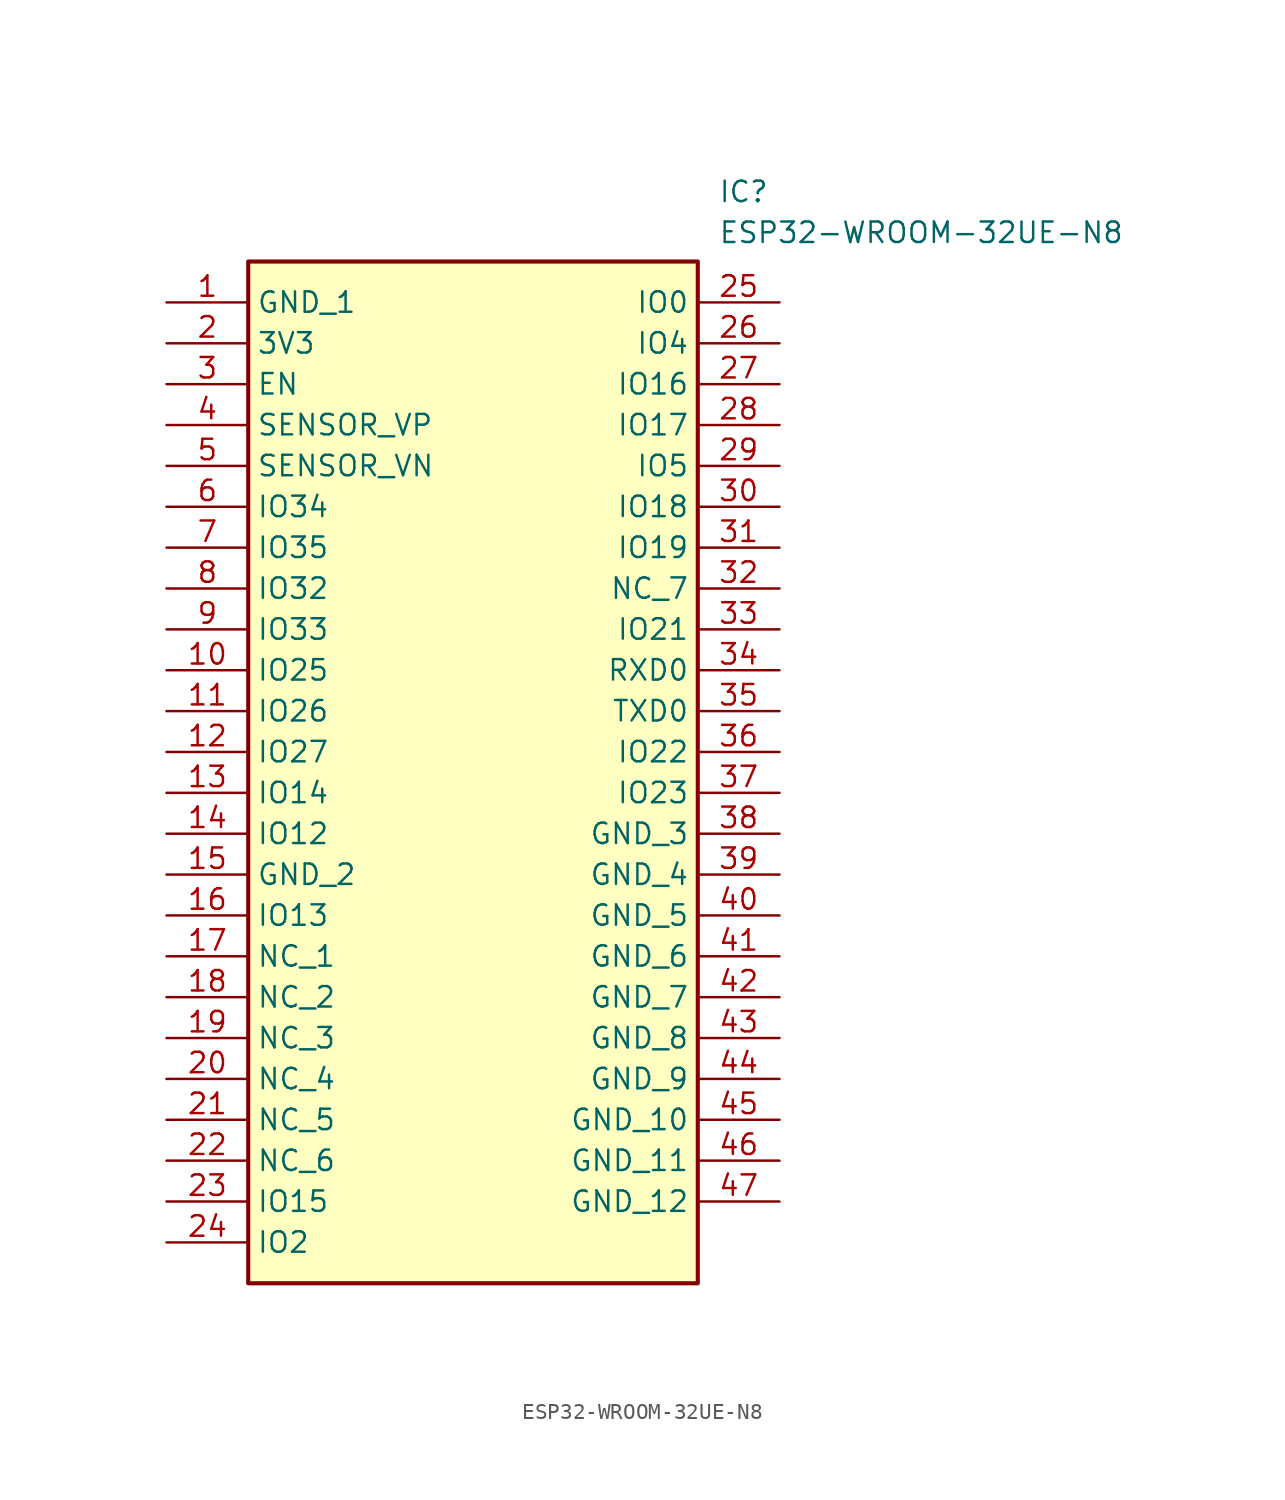
<source format=kicad_sym>
(kicad_symbol_lib
  (version 20211014)
  (generator SamacSys_ECAD_Model)
  (symbol "ESP32-WROOM-32UE-N8"
    (property "Reference" "IC"
      (at 34.29 7.62 0)
      (effects (font (size 1.27 1.27)) (justify left top)))
    (property "Value" "ESP32-WROOM-32UE-N8"
      (at 34.29 5.08 0)
      (effects (font (size 1.27 1.27)) (justify left top)))
    (rectangle
      (start 5.08 2.54)
      (end 33.02 -60.96)
      (stroke (width 0.254) (type default))
      (fill (type background)))
    (pin passive line
      (at 0 0 0)
      (length 5.08)
      (name "GND_1" (effects (font (size 1.27 1.27))))
      (number "1" (effects (font (size 1.27 1.27)))))
    (pin passive line
      (at 0 -2.54 0)
      (length 5.08)
      (name "3V3" (effects (font (size 1.27 1.27))))
      (number "2" (effects (font (size 1.27 1.27)))))
    (pin passive line
      (at 0 -5.08 0)
      (length 5.08)
      (name "EN" (effects (font (size 1.27 1.27))))
      (number "3" (effects (font (size 1.27 1.27)))))
    (pin passive line
      (at 0 -7.62 0)
      (length 5.08)
      (name "SENSOR_VP" (effects (font (size 1.27 1.27))))
      (number "4" (effects (font (size 1.27 1.27)))))
    (pin passive line
      (at 0 -10.16 0)
      (length 5.08)
      (name "SENSOR_VN" (effects (font (size 1.27 1.27))))
      (number "5" (effects (font (size 1.27 1.27)))))
    (pin passive line
      (at 0 -12.7 0)
      (length 5.08)
      (name "IO34" (effects (font (size 1.27 1.27))))
      (number "6" (effects (font (size 1.27 1.27)))))
    (pin passive line
      (at 0 -15.24 0)
      (length 5.08)
      (name "IO35" (effects (font (size 1.27 1.27))))
      (number "7" (effects (font (size 1.27 1.27)))))
    (pin passive line
      (at 0 -17.78 0)
      (length 5.08)
      (name "IO32" (effects (font (size 1.27 1.27))))
      (number "8" (effects (font (size 1.27 1.27)))))
    (pin passive line
      (at 0 -20.32 0)
      (length 5.08)
      (name "IO33" (effects (font (size 1.27 1.27))))
      (number "9" (effects (font (size 1.27 1.27)))))
    (pin passive line
      (at 0 -22.86 0)
      (length 5.08)
      (name "IO25" (effects (font (size 1.27 1.27))))
      (number "10" (effects (font (size 1.27 1.27)))))
    (pin passive line
      (at 0 -25.4 0)
      (length 5.08)
      (name "IO26" (effects (font (size 1.27 1.27))))
      (number "11" (effects (font (size 1.27 1.27)))))
    (pin passive line
      (at 0 -27.94 0)
      (length 5.08)
      (name "IO27" (effects (font (size 1.27 1.27))))
      (number "12" (effects (font (size 1.27 1.27)))))
    (pin passive line
      (at 0 -30.48 0)
      (length 5.08)
      (name "IO14" (effects (font (size 1.27 1.27))))
      (number "13" (effects (font (size 1.27 1.27)))))
    (pin passive line
      (at 0 -33.02 0)
      (length 5.08)
      (name "IO12" (effects (font (size 1.27 1.27))))
      (number "14" (effects (font (size 1.27 1.27)))))
    (pin passive line
      (at 0 -35.56 0)
      (length 5.08)
      (name "GND_2" (effects (font (size 1.27 1.27))))
      (number "15" (effects (font (size 1.27 1.27)))))
    (pin passive line
      (at 0 -38.1 0)
      (length 5.08)
      (name "IO13" (effects (font (size 1.27 1.27))))
      (number "16" (effects (font (size 1.27 1.27)))))
    (pin passive line
      (at 0 -40.64 0)
      (length 5.08)
      (name "NC_1" (effects (font (size 1.27 1.27))))
      (number "17" (effects (font (size 1.27 1.27)))))
    (pin passive line
      (at 0 -43.18 0)
      (length 5.08)
      (name "NC_2" (effects (font (size 1.27 1.27))))
      (number "18" (effects (font (size 1.27 1.27)))))
    (pin passive line
      (at 0 -45.72 0)
      (length 5.08)
      (name "NC_3" (effects (font (size 1.27 1.27))))
      (number "19" (effects (font (size 1.27 1.27)))))
    (pin passive line
      (at 0 -48.26 0)
      (length 5.08)
      (name "NC_4" (effects (font (size 1.27 1.27))))
      (number "20" (effects (font (size 1.27 1.27)))))
    (pin passive line
      (at 0 -50.8 0)
      (length 5.08)
      (name "NC_5" (effects (font (size 1.27 1.27))))
      (number "21" (effects (font (size 1.27 1.27)))))
    (pin passive line
      (at 0 -53.34 0)
      (length 5.08)
      (name "NC_6" (effects (font (size 1.27 1.27))))
      (number "22" (effects (font (size 1.27 1.27)))))
    (pin passive line
      (at 0 -55.88 0)
      (length 5.08)
      (name "IO15" (effects (font (size 1.27 1.27))))
      (number "23" (effects (font (size 1.27 1.27)))))
    (pin passive line
      (at 0 -58.42 0)
      (length 5.08)
      (name "IO2" (effects (font (size 1.27 1.27))))
      (number "24" (effects (font (size 1.27 1.27)))))
    (pin passive line
      (at 38.1 0 180)
      (length 5.08)
      (name "IO0" (effects (font (size 1.27 1.27))))
      (number "25" (effects (font (size 1.27 1.27)))))
    (pin passive line
      (at 38.1 -2.54 180)
      (length 5.08)
      (name "IO4" (effects (font (size 1.27 1.27))))
      (number "26" (effects (font (size 1.27 1.27)))))
    (pin passive line
      (at 38.1 -5.08 180)
      (length 5.08)
      (name "IO16" (effects (font (size 1.27 1.27))))
      (number "27" (effects (font (size 1.27 1.27)))))
    (pin passive line
      (at 38.1 -7.62 180)
      (length 5.08)
      (name "IO17" (effects (font (size 1.27 1.27))))
      (number "28" (effects (font (size 1.27 1.27)))))
    (pin passive line
      (at 38.1 -10.16 180)
      (length 5.08)
      (name "IO5" (effects (font (size 1.27 1.27))))
      (number "29" (effects (font (size 1.27 1.27)))))
    (pin passive line
      (at 38.1 -12.7 180)
      (length 5.08)
      (name "IO18" (effects (font (size 1.27 1.27))))
      (number "30" (effects (font (size 1.27 1.27)))))
    (pin passive line
      (at 38.1 -15.24 180)
      (length 5.08)
      (name "IO19" (effects (font (size 1.27 1.27))))
      (number "31" (effects (font (size 1.27 1.27)))))
    (pin passive line
      (at 38.1 -17.78 180)
      (length 5.08)
      (name "NC_7" (effects (font (size 1.27 1.27))))
      (number "32" (effects (font (size 1.27 1.27)))))
    (pin passive line
      (at 38.1 -20.32 180)
      (length 5.08)
      (name "IO21" (effects (font (size 1.27 1.27))))
      (number "33" (effects (font (size 1.27 1.27)))))
    (pin passive line
      (at 38.1 -22.86 180)
      (length 5.08)
      (name "RXD0" (effects (font (size 1.27 1.27))))
      (number "34" (effects (font (size 1.27 1.27)))))
    (pin passive line
      (at 38.1 -25.4 180)
      (length 5.08)
      (name "TXD0" (effects (font (size 1.27 1.27))))
      (number "35" (effects (font (size 1.27 1.27)))))
    (pin passive line
      (at 38.1 -27.94 180)
      (length 5.08)
      (name "IO22" (effects (font (size 1.27 1.27))))
      (number "36" (effects (font (size 1.27 1.27)))))
    (pin passive line
      (at 38.1 -30.48 180)
      (length 5.08)
      (name "IO23" (effects (font (size 1.27 1.27))))
      (number "37" (effects (font (size 1.27 1.27)))))
    (pin passive line
      (at 38.1 -33.02 180)
      (length 5.08)
      (name "GND_3" (effects (font (size 1.27 1.27))))
      (number "38" (effects (font (size 1.27 1.27)))))
    (pin passive line
      (at 38.1 -35.56 180)
      (length 5.08)
      (name "GND_4" (effects (font (size 1.27 1.27))))
      (number "39" (effects (font (size 1.27 1.27)))))
    (pin passive line
      (at 38.1 -38.1 180)
      (length 5.08)
      (name "GND_5" (effects (font (size 1.27 1.27))))
      (number "40" (effects (font (size 1.27 1.27)))))
    (pin passive line
      (at 38.1 -40.64 180)
      (length 5.08)
      (name "GND_6" (effects (font (size 1.27 1.27))))
      (number "41" (effects (font (size 1.27 1.27)))))
    (pin passive line
      (at 38.1 -43.18 180)
      (length 5.08)
      (name "GND_7" (effects (font (size 1.27 1.27))))
      (number "42" (effects (font (size 1.27 1.27)))))
    (pin passive line
      (at 38.1 -45.72 180)
      (length 5.08)
      (name "GND_8" (effects (font (size 1.27 1.27))))
      (number "43" (effects (font (size 1.27 1.27)))))
    (pin passive line
      (at 38.1 -48.26 180)
      (length 5.08)
      (name "GND_9" (effects (font (size 1.27 1.27))))
      (number "44" (effects (font (size 1.27 1.27)))))
    (pin passive line
      (at 38.1 -50.8 180)
      (length 5.08)
      (name "GND_10" (effects (font (size 1.27 1.27))))
      (number "45" (effects (font (size 1.27 1.27)))))
    (pin passive line
      (at 38.1 -53.34 180)
      (length 5.08)
      (name "GND_11" (effects (font (size 1.27 1.27))))
      (number "46" (effects (font (size 1.27 1.27)))))
    (pin passive line
      (at 38.1 -55.88 180)
      (length 5.08)
      (name "GND_12" (effects (font (size 1.27 1.27))))
      (number "47" (effects (font (size 1.27 1.27)))))))
</source>
